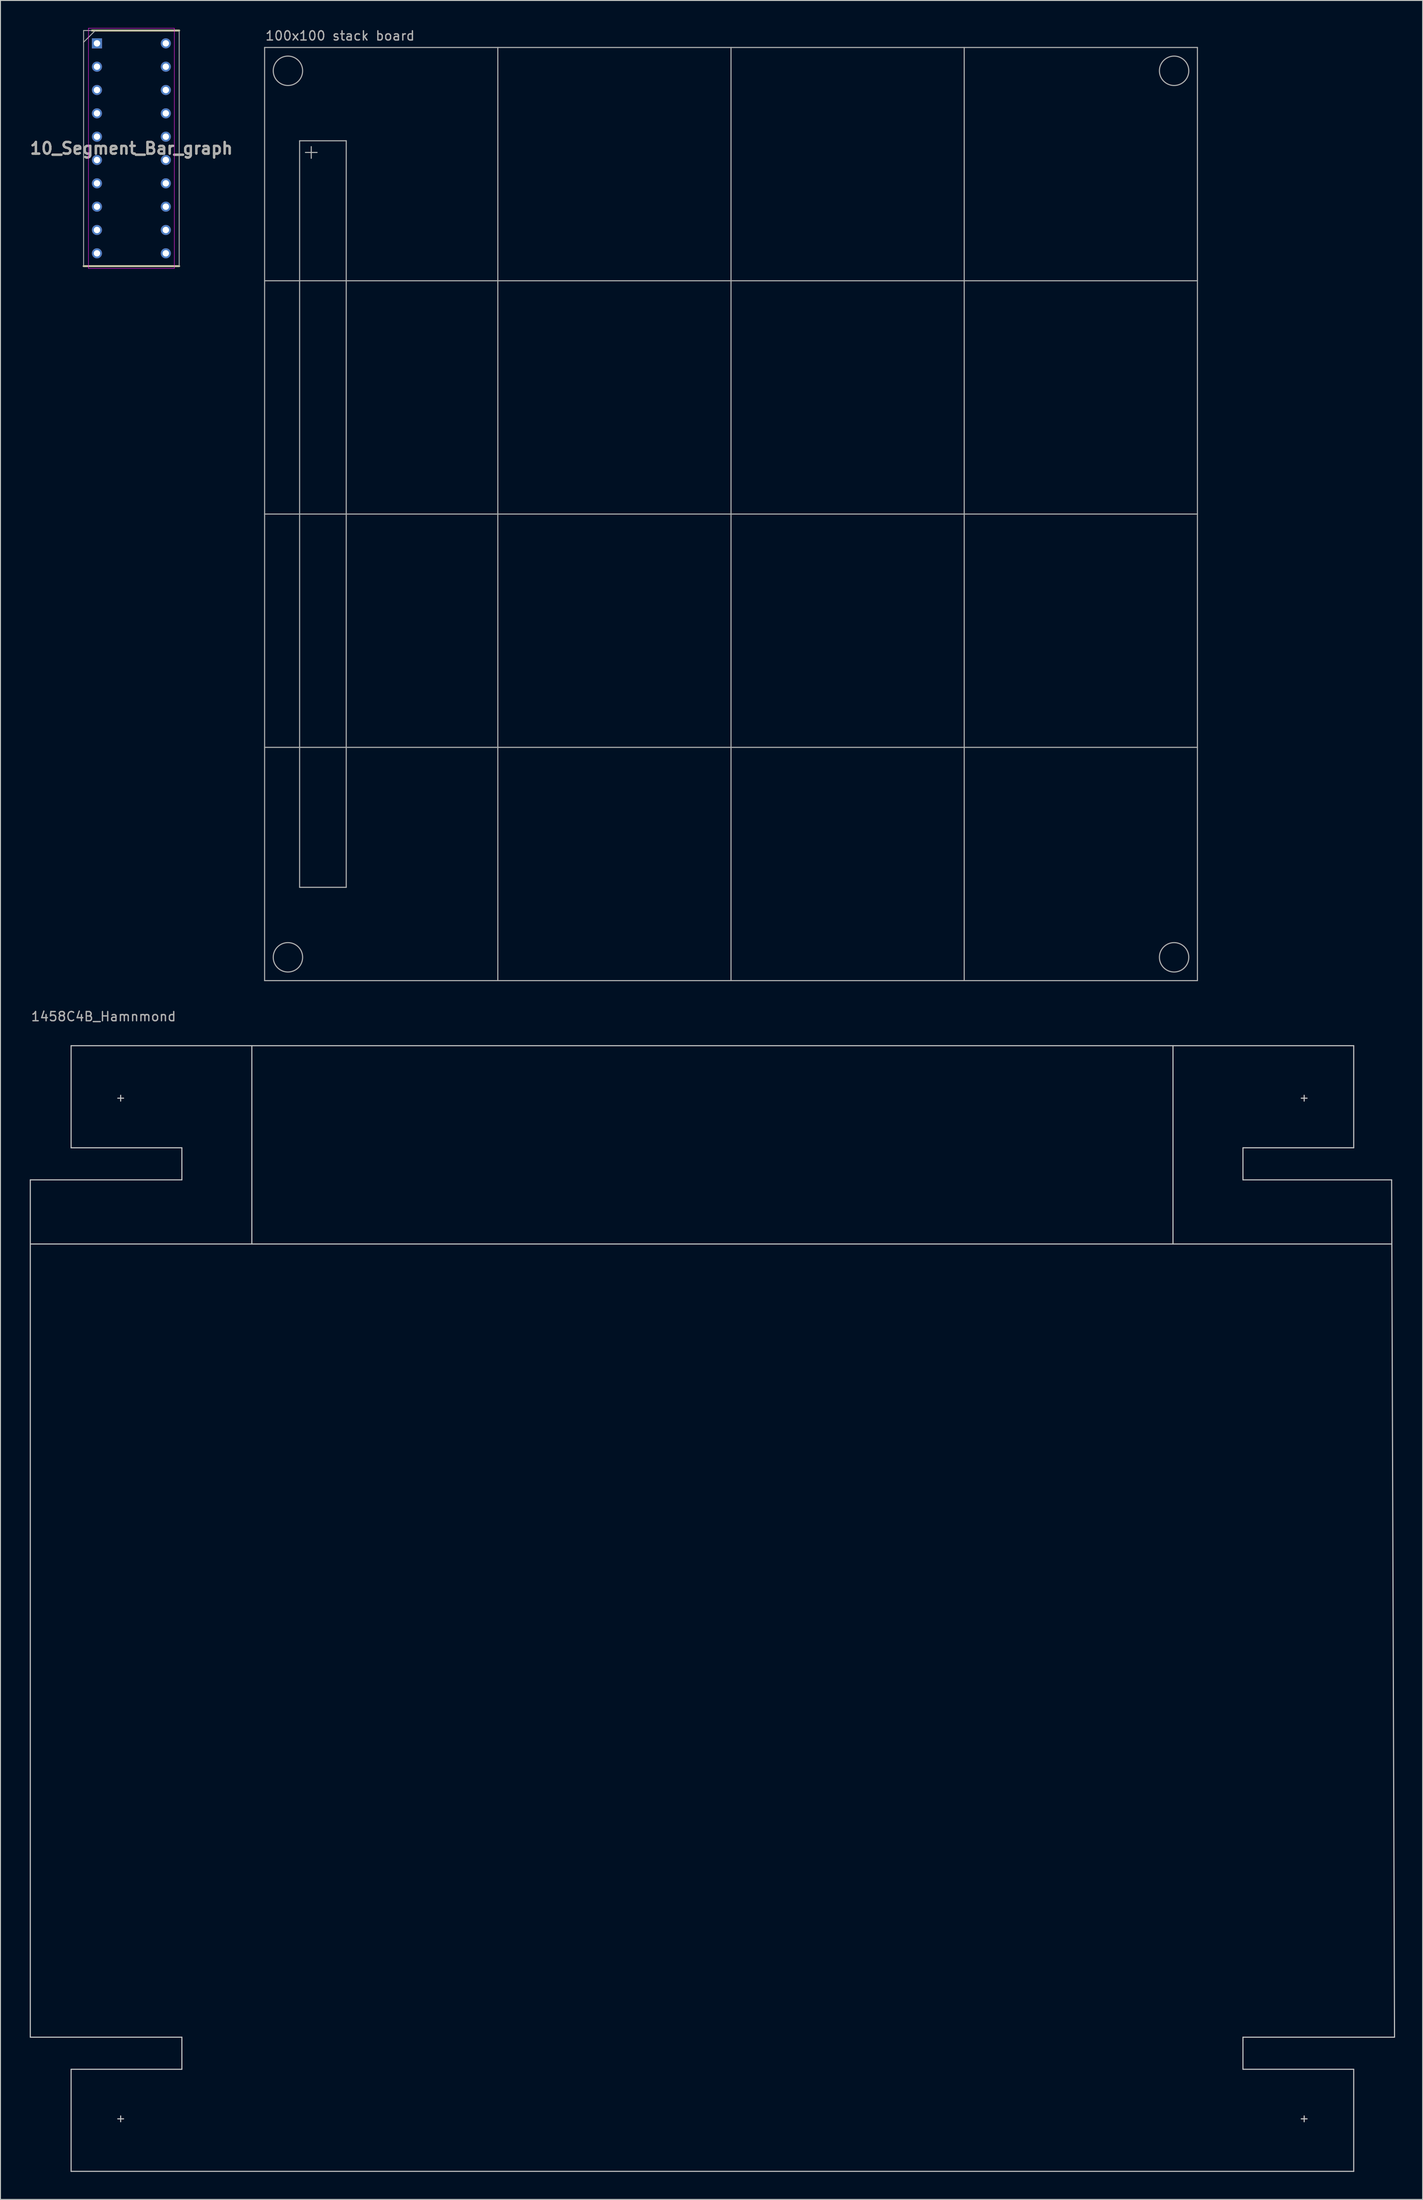
<source format=kicad_pcb>
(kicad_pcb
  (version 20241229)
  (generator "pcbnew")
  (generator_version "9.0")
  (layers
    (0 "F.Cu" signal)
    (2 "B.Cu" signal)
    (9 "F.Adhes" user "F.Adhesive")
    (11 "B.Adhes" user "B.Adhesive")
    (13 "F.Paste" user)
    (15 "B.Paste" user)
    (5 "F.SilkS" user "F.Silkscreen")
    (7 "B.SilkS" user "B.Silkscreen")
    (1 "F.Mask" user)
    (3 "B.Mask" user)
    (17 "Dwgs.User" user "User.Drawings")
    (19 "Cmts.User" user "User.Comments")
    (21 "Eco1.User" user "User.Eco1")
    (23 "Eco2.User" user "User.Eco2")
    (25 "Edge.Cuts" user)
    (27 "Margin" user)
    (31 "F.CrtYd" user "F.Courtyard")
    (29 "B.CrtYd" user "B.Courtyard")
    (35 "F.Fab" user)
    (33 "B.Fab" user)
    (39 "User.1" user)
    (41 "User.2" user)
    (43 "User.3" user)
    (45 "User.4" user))
  (footprint "100x100 stack board"
    (layer "F.Cu")
    (at 25.771 2.118)
    (property "Reference" "100x100 stack board" (at 0 -1.27 0) (layer "F.Fab") (effects (font (size 1 1) (thickness 0.15)) (justify left)))
    (attr through_hole)
    (fp_line (start 0 0) (end 101.6 0) (stroke (width 0.12) (type solid)) (layer "F.Fab"))
    (fp_line (start 0 50.8) (end 101.6 50.8) (stroke (width 0.12) (type solid)) (layer "F.Fab"))
    (fp_line (start 0 76.2) (end 101.6 76.2) (stroke (width 0.12) (type solid)) (layer "F.Fab"))
    (fp_line (start 0 101.6) (end 0 0) (stroke (width 0.12) (type solid)) (layer "F.Fab"))
    (fp_line (start 3.81 10.16) (end 8.89 10.16) (stroke (width 0.12) (type solid)) (layer "F.Fab"))
    (fp_line (start 3.81 91.44) (end 3.81 10.16) (stroke (width 0.12) (type solid)) (layer "F.Fab"))
    (fp_line (start 4.445 11.43) (end 5.715 11.43) (stroke (width 0.12) (type solid)) (layer "F.Fab"))
    (fp_line (start 5.08 10.795) (end 5.08 12.065) (stroke (width 0.12) (type solid)) (layer "F.Fab"))
    (fp_line (start 8.89 10.16) (end 8.89 91.44) (stroke (width 0.12) (type solid)) (layer "F.Fab"))
    (fp_line (start 8.89 91.44) (end 3.81 91.44) (stroke (width 0.12) (type solid)) (layer "F.Fab"))
    (fp_line (start 25.4 101.6) (end 25.4 0) (stroke (width 0.12) (type solid)) (layer "F.Fab"))
    (fp_line (start 50.8 101.6) (end 50.8 0) (stroke (width 0.12) (type solid)) (layer "F.Fab"))
    (fp_line (start 76.2 101.6) (end 76.2 0) (stroke (width 0.12) (type solid)) (layer "F.Fab"))
    (fp_line (start 101.6 0) (end 101.6 101.6) (stroke (width 0.12) (type solid)) (layer "F.Fab"))
    (fp_line (start 101.6 25.4) (end 0 25.4) (stroke (width 0.12) (type solid)) (layer "F.Fab"))
    (fp_line (start 101.6 101.6) (end 0 101.6) (stroke (width 0.12) (type solid)) (layer "F.Fab"))
    (fp_circle (center 2.54 2.54) (end 4.14 2.54) (stroke (width 0.12) (type solid)) (fill no) (layer "F.Fab"))
    (fp_circle (center 2.54 99.06) (end 4.14 99.06) (stroke (width 0.12) (type solid)) (fill no) (layer "F.Fab"))
    (fp_circle (center 99.06 2.54) (end 100.66 2.54) (stroke (width 0.12) (type solid)) (fill no) (layer "F.Fab"))
    (fp_circle (center 99.06 99.06) (end 100.66 99.06) (stroke (width 0.12) (type solid)) (fill no) (layer "F.Fab")))
  (footprint "1458C4B_Hamnmond"
    (layer "F.Cu")
    (at 0.25 110.802)
    (property "Reference" "1458C4B_Hamnmond" (at 0 -3.175 0) (layer "F.Fab") (effects (font (size 1 1) (thickness 0.15)) (justify left)))
    (attr through_hole)
    (fp_line (start 0 21.59) (end 148.273 21.59) (stroke (width 0.12) (type solid)) (layer "Dwgs.User"))
    (fp_line (start 0 107.95) (end 0 14.605) (stroke (width 0.12) (type solid)) (layer "Dwgs.User"))
    (fp_line (start 4.445 0) (end 144.145 0) (stroke (width 0.12) (type solid)) (layer "Dwgs.User"))
    (fp_line (start 4.445 11.113) (end 4.445 0) (stroke (width 0.12) (type solid)) (layer "Dwgs.User"))
    (fp_line (start 4.445 11.113) (end 16.51 11.113) (stroke (width 0.12) (type solid)) (layer "Dwgs.User"))
    (fp_line (start 4.445 111.442) (end 4.445 122.555) (stroke (width 0.12) (type solid)) (layer "Dwgs.User"))
    (fp_line (start 4.445 111.442) (end 16.51 111.442) (stroke (width 0.12) (type solid)) (layer "Dwgs.User"))
    (fp_line (start 4.445 122.555) (end 144.145 122.555) (stroke (width 0.12) (type solid)) (layer "Dwgs.User"))
    (fp_line (start 9.525 5.715) (end 10.16 5.715) (stroke (width 0.12) (type solid)) (layer "Dwgs.User"))
    (fp_line (start 9.525 116.84) (end 10.16 116.84) (stroke (width 0.12) (type solid)) (layer "Dwgs.User"))
    (fp_line (start 9.842 6.032) (end 9.842 5.397) (stroke (width 0.12) (type solid)) (layer "Dwgs.User"))
    (fp_line (start 9.842 116.522) (end 9.842 117.157) (stroke (width 0.12) (type solid)) (layer "Dwgs.User"))
    (fp_line (start 16.51 11.113) (end 16.51 14.287) (stroke (width 0.12) (type solid)) (layer "Dwgs.User"))
    (fp_line (start 16.51 14.287) (end 16.51 14.605) (stroke (width 0.12) (type solid)) (layer "Dwgs.User"))
    (fp_line (start 16.51 14.605) (end 0 14.605) (stroke (width 0.12) (type solid)) (layer "Dwgs.User"))
    (fp_line (start 16.51 107.95) (end 0 107.95) (stroke (width 0.12) (type solid)) (layer "Dwgs.User"))
    (fp_line (start 16.51 108.267) (end 16.51 107.95) (stroke (width 0.12) (type solid)) (layer "Dwgs.User"))
    (fp_line (start 16.51 111.442) (end 16.51 108.267) (stroke (width 0.12) (type solid)) (layer "Dwgs.User"))
    (fp_line (start 24.13 21.59) (end 24.13 0) (stroke (width 0.12) (type solid)) (layer "Dwgs.User"))
    (fp_line (start 124.46 21.59) (end 124.46 0) (stroke (width 0.12) (type solid)) (layer "Dwgs.User"))
    (fp_line (start 132.08 11.113) (end 144.145 11.113) (stroke (width 0.12) (type solid)) (layer "Dwgs.User"))
    (fp_line (start 132.08 14.287) (end 132.08 11.113) (stroke (width 0.12) (type solid)) (layer "Dwgs.User"))
    (fp_line (start 132.08 14.287) (end 132.08 14.605) (stroke (width 0.12) (type solid)) (layer "Dwgs.User"))
    (fp_line (start 132.08 107.95) (end 148.59 107.95) (stroke (width 0.12) (type solid)) (layer "Dwgs.User"))
    (fp_line (start 132.08 108.267) (end 132.08 107.95) (stroke (width 0.12) (type solid)) (layer "Dwgs.User"))
    (fp_line (start 132.08 111.442) (end 132.08 108.267) (stroke (width 0.12) (type solid)) (layer "Dwgs.User"))
    (fp_line (start 138.748 6.032) (end 138.748 5.397) (stroke (width 0.12) (type solid)) (layer "Dwgs.User"))
    (fp_line (start 138.748 116.522) (end 138.748 117.157) (stroke (width 0.12) (type solid)) (layer "Dwgs.User"))
    (fp_line (start 139.065 5.715) (end 138.43 5.715) (stroke (width 0.12) (type solid)) (layer "Dwgs.User"))
    (fp_line (start 139.065 116.84) (end 138.43 116.84) (stroke (width 0.12) (type solid)) (layer "Dwgs.User"))
    (fp_line (start 144.145 0) (end 144.145 11.113) (stroke (width 0.12) (type solid)) (layer "Dwgs.User"))
    (fp_line (start 144.145 111.442) (end 132.08 111.442) (stroke (width 0.12) (type solid)) (layer "Dwgs.User"))
    (fp_line (start 144.145 122.555) (end 144.145 111.442) (stroke (width 0.12) (type solid)) (layer "Dwgs.User"))
    (fp_line (start 148.273 14.605) (end 132.08 14.605) (stroke (width 0.12) (type solid)) (layer "Dwgs.User"))
    (fp_line (start 148.59 107.95) (end 148.273 14.605) (stroke (width 0.12) (type solid)) (layer "Dwgs.User")))
  (footprint "10_Segment_Bar_graph"
    (layer "F.Cu")
    (at 11.261 13.1)
    (property "Reference" "10_Segment_Bar_graph" (at 0 0 0) (layer "F.SilkS") (effects (font (size 1.27 1.27) (thickness 0.254))))
    (attr through_hole)
    (fp_line (start -5.205 12.825) (end 5.205 12.825) (stroke (width 0.2) (type solid)) (layer "F.SilkS"))
    (fp_line (start -4.3 -12.825) (end 5.205 -12.825) (stroke (width 0.2) (type solid)) (layer "F.SilkS"))
    (fp_line (start -4.675 -13.075) (end 4.675 -13.075) (stroke (width 0.05) (type solid)) (layer "F.CrtYd"))
    (fp_line (start -4.675 13.075) (end -4.675 -13.075) (stroke (width 0.05) (type solid)) (layer "F.CrtYd"))
    (fp_line (start 4.675 -13.075) (end 4.675 13.075) (stroke (width 0.05) (type solid)) (layer "F.CrtYd"))
    (fp_line (start 4.675 13.075) (end -4.675 13.075) (stroke (width 0.05) (type solid)) (layer "F.CrtYd"))
    (fp_line (start -5.205 -12.825) (end 5.205 -12.825) (stroke (width 0.1) (type solid)) (layer "F.Fab"))
    (fp_line (start -5.205 -11.555) (end -3.935 -12.825) (stroke (width 0.1) (type solid)) (layer "F.Fab"))
    (fp_line (start -5.205 12.825) (end -5.205 -12.825) (stroke (width 0.1) (type solid)) (layer "F.Fab"))
    (fp_line (start 5.205 -12.825) (end 5.205 12.825) (stroke (width 0.1) (type solid)) (layer "F.Fab"))
    (fp_line (start 5.205 12.825) (end -5.205 12.825) (stroke (width 0.1) (type solid)) (layer "F.Fab"))
    (fp_text user "${REFERENCE}" (at 0 0 0) (layer "F.Fab") (effects (font (size 1.27 1.27) (thickness 0.254))))
    (pad "1" thru_hole rect (at -3.75 -11.43) (size 1.1 1.1) (drill 0.7) (layers "*.Cu" "*.Mask"))
    (pad "2" thru_hole circle (at -3.75 -8.89) (size 1.1 1.1) (drill 0.7) (layers "*.Cu" "*.Mask"))
    (pad "3" thru_hole circle (at -3.75 -6.35) (size 1.1 1.1) (drill 0.7) (layers "*.Cu" "*.Mask"))
    (pad "4" thru_hole circle (at -3.75 -3.81) (size 1.1 1.1) (drill 0.7) (layers "*.Cu" "*.Mask"))
    (pad "5" thru_hole circle (at -3.75 -1.27) (size 1.1 1.1) (drill 0.7) (layers "*.Cu" "*.Mask"))
    (pad "6" thru_hole circle (at -3.75 1.27) (size 1.1 1.1) (drill 0.7) (layers "*.Cu" "*.Mask"))
    (pad "7" thru_hole circle (at -3.75 3.81) (size 1.1 1.1) (drill 0.7) (layers "*.Cu" "*.Mask"))
    (pad "8" thru_hole circle (at -3.75 6.35) (size 1.1 1.1) (drill 0.7) (layers "*.Cu" "*.Mask"))
    (pad "9" thru_hole circle (at -3.75 8.89) (size 1.1 1.1) (drill 0.7) (layers "*.Cu" "*.Mask"))
    (pad "10" thru_hole circle (at -3.75 11.43) (size 1.1 1.1) (drill 0.7) (layers "*.Cu" "*.Mask"))
    (pad "11" thru_hole circle (at 3.75 11.43) (size 1.1 1.1) (drill 0.7) (layers "*.Cu" "*.Mask"))
    (pad "12" thru_hole circle (at 3.75 8.89) (size 1.1 1.1) (drill 0.7) (layers "*.Cu" "*.Mask"))
    (pad "13" thru_hole circle (at 3.75 6.35) (size 1.1 1.1) (drill 0.7) (layers "*.Cu" "*.Mask"))
    (pad "14" thru_hole circle (at 3.75 3.81) (size 1.1 1.1) (drill 0.7) (layers "*.Cu" "*.Mask"))
    (pad "15" thru_hole circle (at 3.75 1.27) (size 1.1 1.1) (drill 0.7) (layers "*.Cu" "*.Mask"))
    (pad "16" thru_hole circle (at 3.75 -1.27) (size 1.1 1.1) (drill 0.7) (layers "*.Cu" "*.Mask"))
    (pad "17" thru_hole circle (at 3.75 -3.81) (size 1.1 1.1) (drill 0.7) (layers "*.Cu" "*.Mask"))
    (pad "18" thru_hole circle (at 3.75 -6.35) (size 1.1 1.1) (drill 0.7) (layers "*.Cu" "*.Mask"))
    (pad "19" thru_hole circle (at 3.75 -8.89) (size 1.1 1.1) (drill 0.7) (layers "*.Cu" "*.Mask"))
    (pad "20" thru_hole circle (at 3.75 -11.43) (size 1.1 1.1) (drill 0.7) (layers "*.Cu" "*.Mask")))
  (gr_rect
    (start -3 -3)
    (end 151.9 236.417)
    (stroke (width 0.1) (type default))
    (fill no)
    (layer "Edge.Cuts")))
</source>
